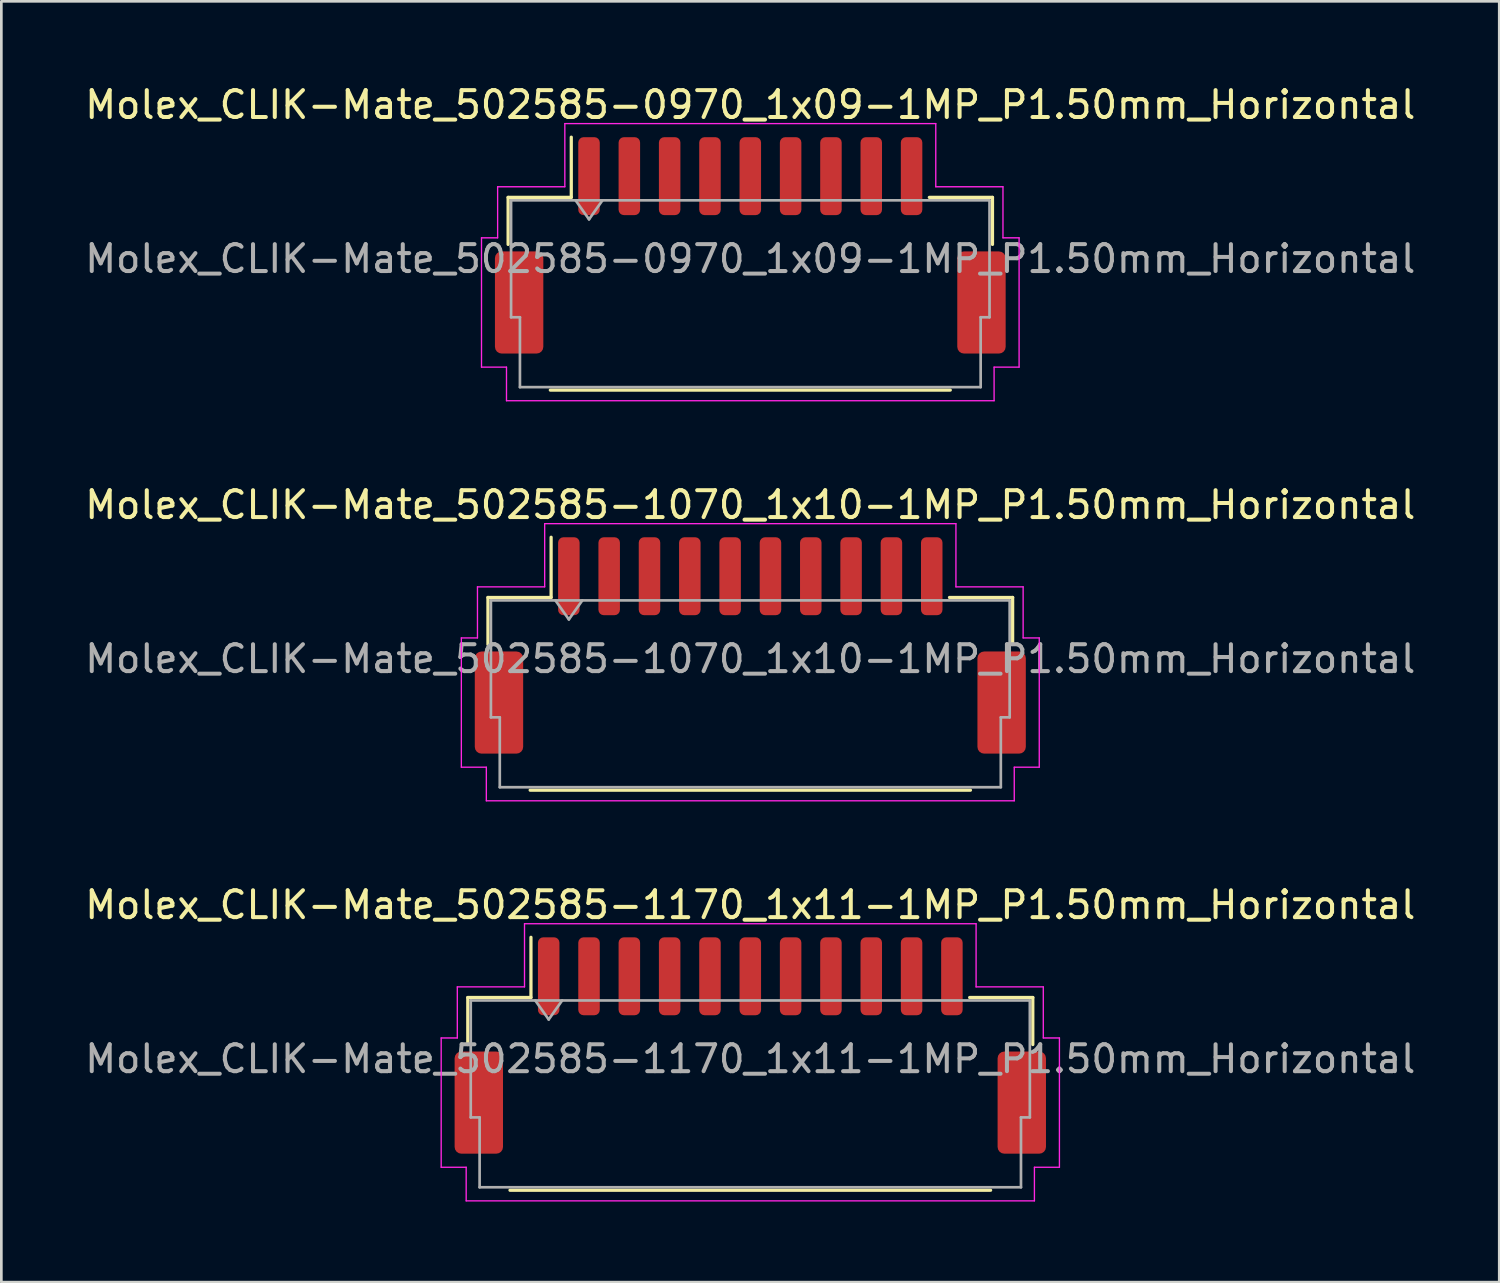
<source format=kicad_pcb>
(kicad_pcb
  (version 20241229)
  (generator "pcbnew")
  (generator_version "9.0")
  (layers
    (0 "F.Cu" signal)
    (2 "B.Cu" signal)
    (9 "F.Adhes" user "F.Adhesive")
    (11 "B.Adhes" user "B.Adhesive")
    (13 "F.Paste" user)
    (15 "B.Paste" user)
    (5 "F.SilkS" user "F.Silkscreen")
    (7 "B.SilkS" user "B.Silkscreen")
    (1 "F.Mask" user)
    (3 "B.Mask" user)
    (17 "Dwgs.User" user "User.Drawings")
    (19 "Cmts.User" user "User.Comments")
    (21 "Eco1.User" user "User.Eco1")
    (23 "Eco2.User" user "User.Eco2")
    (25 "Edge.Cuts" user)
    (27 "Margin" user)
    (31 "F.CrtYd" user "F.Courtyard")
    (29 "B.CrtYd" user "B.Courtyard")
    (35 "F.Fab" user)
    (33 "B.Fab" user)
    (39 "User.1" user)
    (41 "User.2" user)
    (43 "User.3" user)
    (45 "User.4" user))
  (footprint "Molex_CLIK-Mate_502585-1070_1x10-1MP_P1.50mm_Horizontal"
    (layer "F.Cu")
    (at 24.863 20.962)
    (property "Reference" "Molex_CLIK-Mate_502585-1070_1x10-1MP_P1.50mm_Horizontal" (at 0 -5.23 0) (layer "F.SilkS") (effects (font (size 1 1) (thickness 0.15))))
    (attr smd)
    (fp_line (start -9.76 -1.785) (end -7.41 -1.785) (stroke (width 0.12) (type solid)) (layer "F.SilkS"))
    (fp_line (start -9.76 -0.035) (end -9.76 -1.785) (stroke (width 0.12) (type solid)) (layer "F.SilkS"))
    (fp_line (start -8.19 5.385) (end 8.19 5.385) (stroke (width 0.12) (type solid)) (layer "F.SilkS"))
    (fp_line (start -7.41 -1.785) (end -7.41 -4.025) (stroke (width 0.12) (type solid)) (layer "F.SilkS"))
    (fp_line (start 9.76 -1.785) (end 7.41 -1.785) (stroke (width 0.12) (type solid)) (layer "F.SilkS"))
    (fp_line (start 9.76 -0.035) (end 9.76 -1.785) (stroke (width 0.12) (type solid)) (layer "F.SilkS"))
    (fp_line (start -10.75 -0.28) (end -10.15 -0.28) (stroke (width 0.05) (type solid)) (layer "F.CrtYd"))
    (fp_line (start -10.75 4.53) (end -10.75 -0.28) (stroke (width 0.05) (type solid)) (layer "F.CrtYd"))
    (fp_line (start -10.15 -2.18) (end -7.65 -2.18) (stroke (width 0.05) (type solid)) (layer "F.CrtYd"))
    (fp_line (start -10.15 -0.28) (end -10.15 -2.18) (stroke (width 0.05) (type solid)) (layer "F.CrtYd"))
    (fp_line (start -9.82 4.53) (end -10.75 4.53) (stroke (width 0.05) (type solid)) (layer "F.CrtYd"))
    (fp_line (start -9.82 5.78) (end -9.82 4.53) (stroke (width 0.05) (type solid)) (layer "F.CrtYd"))
    (fp_line (start -7.65 -4.53) (end 7.65 -4.53) (stroke (width 0.05) (type solid)) (layer "F.CrtYd"))
    (fp_line (start -7.65 -2.18) (end -7.65 -4.53) (stroke (width 0.05) (type solid)) (layer "F.CrtYd"))
    (fp_line (start 7.65 -4.53) (end 7.65 -2.18) (stroke (width 0.05) (type solid)) (layer "F.CrtYd"))
    (fp_line (start 7.65 -2.18) (end 10.15 -2.18) (stroke (width 0.05) (type solid)) (layer "F.CrtYd"))
    (fp_line (start 9.82 4.53) (end 9.82 5.78) (stroke (width 0.05) (type solid)) (layer "F.CrtYd"))
    (fp_line (start 9.82 5.78) (end -9.82 5.78) (stroke (width 0.05) (type solid)) (layer "F.CrtYd"))
    (fp_line (start 10.15 -2.18) (end 10.15 -0.28) (stroke (width 0.05) (type solid)) (layer "F.CrtYd"))
    (fp_line (start 10.15 -0.28) (end 10.75 -0.28) (stroke (width 0.05) (type solid)) (layer "F.CrtYd"))
    (fp_line (start 10.75 -0.28) (end 10.75 4.53) (stroke (width 0.05) (type solid)) (layer "F.CrtYd"))
    (fp_line (start 10.75 4.53) (end 9.82 4.53) (stroke (width 0.05) (type solid)) (layer "F.CrtYd"))
    (fp_line (start -9.65 -1.675) (end -9.65 2.675) (stroke (width 0.1) (type solid)) (layer "F.Fab"))
    (fp_line (start -9.65 -1.675) (end 9.65 -1.675) (stroke (width 0.1) (type solid)) (layer "F.Fab"))
    (fp_line (start -9.65 2.675) (end -9.32 2.675) (stroke (width 0.1) (type solid)) (layer "F.Fab"))
    (fp_line (start -9.32 2.675) (end -9.32 5.275) (stroke (width 0.1) (type solid)) (layer "F.Fab"))
    (fp_line (start -9.32 5.275) (end 9.32 5.275) (stroke (width 0.1) (type solid)) (layer "F.Fab"))
    (fp_line (start -7.25 -1.675) (end -6.75 -0.968) (stroke (width 0.1) (type solid)) (layer "F.Fab"))
    (fp_line (start -6.75 -0.968) (end -6.25 -1.675) (stroke (width 0.1) (type solid)) (layer "F.Fab"))
    (fp_line (start 9.32 2.675) (end 9.65 2.675) (stroke (width 0.1) (type solid)) (layer "F.Fab"))
    (fp_line (start 9.32 5.275) (end 9.32 2.675) (stroke (width 0.1) (type solid)) (layer "F.Fab"))
    (fp_line (start 9.65 -1.675) (end 9.65 2.675) (stroke (width 0.1) (type solid)) (layer "F.Fab"))
    (fp_text user "${REFERENCE}" (at 0 0.5 0) (layer "F.Fab") (effects (font (size 1 1) (thickness 0.15))))
    (pad "1" smd roundrect (at -6.75 -2.575) (size 0.8 2.9) (layers "F.Cu" "F.Mask" "F.Paste") (roundrect_rratio 0.25))
    (pad "2" smd roundrect (at -5.25 -2.575) (size 0.8 2.9) (layers "F.Cu" "F.Mask" "F.Paste") (roundrect_rratio 0.25))
    (pad "3" smd roundrect (at -3.75 -2.575) (size 0.8 2.9) (layers "F.Cu" "F.Mask" "F.Paste") (roundrect_rratio 0.25))
    (pad "4" smd roundrect (at -2.25 -2.575) (size 0.8 2.9) (layers "F.Cu" "F.Mask" "F.Paste") (roundrect_rratio 0.25))
    (pad "5" smd roundrect (at -0.75 -2.575) (size 0.8 2.9) (layers "F.Cu" "F.Mask" "F.Paste") (roundrect_rratio 0.25))
    (pad "6" smd roundrect (at 0.75 -2.575) (size 0.8 2.9) (layers "F.Cu" "F.Mask" "F.Paste") (roundrect_rratio 0.25))
    (pad "7" smd roundrect (at 2.25 -2.575) (size 0.8 2.9) (layers "F.Cu" "F.Mask" "F.Paste") (roundrect_rratio 0.25))
    (pad "8" smd roundrect (at 3.75 -2.575) (size 0.8 2.9) (layers "F.Cu" "F.Mask" "F.Paste") (roundrect_rratio 0.25))
    (pad "9" smd roundrect (at 5.25 -2.575) (size 0.8 2.9) (layers "F.Cu" "F.Mask" "F.Paste") (roundrect_rratio 0.25))
    (pad "10" smd roundrect (at 6.75 -2.575) (size 0.8 2.9) (layers "F.Cu" "F.Mask" "F.Paste") (roundrect_rratio 0.25))
    (pad "MP" smd roundrect (at -9.35 2.125) (size 1.8 3.8) (layers "F.Cu" "F.Mask" "F.Paste") (roundrect_rratio 0.139))
    (pad "MP" smd roundrect (at 9.35 2.125) (size 1.8 3.8) (layers "F.Cu" "F.Mask" "F.Paste") (roundrect_rratio 0.139)))
  (footprint "Molex_CLIK-Mate_502585-0970_1x09-1MP_P1.50mm_Horizontal"
    (layer "F.Cu")
    (at 24.863 6.078)
    (property "Reference" "Molex_CLIK-Mate_502585-0970_1x09-1MP_P1.50mm_Horizontal" (at 0 -5.23 0) (layer "F.SilkS") (effects (font (size 1 1) (thickness 0.15))))
    (attr smd)
    (fp_line (start -9.01 -1.785) (end -6.66 -1.785) (stroke (width 0.12) (type solid)) (layer "F.SilkS"))
    (fp_line (start -9.01 -0.035) (end -9.01 -1.785) (stroke (width 0.12) (type solid)) (layer "F.SilkS"))
    (fp_line (start -7.44 5.385) (end 7.44 5.385) (stroke (width 0.12) (type solid)) (layer "F.SilkS"))
    (fp_line (start -6.66 -1.785) (end -6.66 -4.025) (stroke (width 0.12) (type solid)) (layer "F.SilkS"))
    (fp_line (start 9.01 -1.785) (end 6.66 -1.785) (stroke (width 0.12) (type solid)) (layer "F.SilkS"))
    (fp_line (start 9.01 -0.035) (end 9.01 -1.785) (stroke (width 0.12) (type solid)) (layer "F.SilkS"))
    (fp_line (start -10 -0.28) (end -9.4 -0.28) (stroke (width 0.05) (type solid)) (layer "F.CrtYd"))
    (fp_line (start -10 4.53) (end -10 -0.28) (stroke (width 0.05) (type solid)) (layer "F.CrtYd"))
    (fp_line (start -9.4 -2.18) (end -6.9 -2.18) (stroke (width 0.05) (type solid)) (layer "F.CrtYd"))
    (fp_line (start -9.4 -0.28) (end -9.4 -2.18) (stroke (width 0.05) (type solid)) (layer "F.CrtYd"))
    (fp_line (start -9.07 4.53) (end -10 4.53) (stroke (width 0.05) (type solid)) (layer "F.CrtYd"))
    (fp_line (start -9.07 5.78) (end -9.07 4.53) (stroke (width 0.05) (type solid)) (layer "F.CrtYd"))
    (fp_line (start -6.9 -4.53) (end 6.9 -4.53) (stroke (width 0.05) (type solid)) (layer "F.CrtYd"))
    (fp_line (start -6.9 -2.18) (end -6.9 -4.53) (stroke (width 0.05) (type solid)) (layer "F.CrtYd"))
    (fp_line (start 6.9 -4.53) (end 6.9 -2.18) (stroke (width 0.05) (type solid)) (layer "F.CrtYd"))
    (fp_line (start 6.9 -2.18) (end 9.4 -2.18) (stroke (width 0.05) (type solid)) (layer "F.CrtYd"))
    (fp_line (start 9.07 4.53) (end 9.07 5.78) (stroke (width 0.05) (type solid)) (layer "F.CrtYd"))
    (fp_line (start 9.07 5.78) (end -9.07 5.78) (stroke (width 0.05) (type solid)) (layer "F.CrtYd"))
    (fp_line (start 9.4 -2.18) (end 9.4 -0.28) (stroke (width 0.05) (type solid)) (layer "F.CrtYd"))
    (fp_line (start 9.4 -0.28) (end 10 -0.28) (stroke (width 0.05) (type solid)) (layer "F.CrtYd"))
    (fp_line (start 10 -0.28) (end 10 4.53) (stroke (width 0.05) (type solid)) (layer "F.CrtYd"))
    (fp_line (start 10 4.53) (end 9.07 4.53) (stroke (width 0.05) (type solid)) (layer "F.CrtYd"))
    (fp_line (start -8.9 -1.675) (end -8.9 2.675) (stroke (width 0.1) (type solid)) (layer "F.Fab"))
    (fp_line (start -8.9 -1.675) (end 8.9 -1.675) (stroke (width 0.1) (type solid)) (layer "F.Fab"))
    (fp_line (start -8.9 2.675) (end -8.57 2.675) (stroke (width 0.1) (type solid)) (layer "F.Fab"))
    (fp_line (start -8.57 2.675) (end -8.57 5.275) (stroke (width 0.1) (type solid)) (layer "F.Fab"))
    (fp_line (start -8.57 5.275) (end 8.57 5.275) (stroke (width 0.1) (type solid)) (layer "F.Fab"))
    (fp_line (start -6.5 -1.675) (end -6 -0.968) (stroke (width 0.1) (type solid)) (layer "F.Fab"))
    (fp_line (start -6 -0.968) (end -5.5 -1.675) (stroke (width 0.1) (type solid)) (layer "F.Fab"))
    (fp_line (start 8.57 2.675) (end 8.9 2.675) (stroke (width 0.1) (type solid)) (layer "F.Fab"))
    (fp_line (start 8.57 5.275) (end 8.57 2.675) (stroke (width 0.1) (type solid)) (layer "F.Fab"))
    (fp_line (start 8.9 -1.675) (end 8.9 2.675) (stroke (width 0.1) (type solid)) (layer "F.Fab"))
    (fp_text user "${REFERENCE}" (at 0 0.5 0) (layer "F.Fab") (effects (font (size 1 1) (thickness 0.15))))
    (pad "1" smd roundrect (at -6 -2.575) (size 0.8 2.9) (layers "F.Cu" "F.Mask" "F.Paste") (roundrect_rratio 0.25))
    (pad "2" smd roundrect (at -4.5 -2.575) (size 0.8 2.9) (layers "F.Cu" "F.Mask" "F.Paste") (roundrect_rratio 0.25))
    (pad "3" smd roundrect (at -3 -2.575) (size 0.8 2.9) (layers "F.Cu" "F.Mask" "F.Paste") (roundrect_rratio 0.25))
    (pad "4" smd roundrect (at -1.5 -2.575) (size 0.8 2.9) (layers "F.Cu" "F.Mask" "F.Paste") (roundrect_rratio 0.25))
    (pad "5" smd roundrect (at 0 -2.575) (size 0.8 2.9) (layers "F.Cu" "F.Mask" "F.Paste") (roundrect_rratio 0.25))
    (pad "6" smd roundrect (at 1.5 -2.575) (size 0.8 2.9) (layers "F.Cu" "F.Mask" "F.Paste") (roundrect_rratio 0.25))
    (pad "7" smd roundrect (at 3 -2.575) (size 0.8 2.9) (layers "F.Cu" "F.Mask" "F.Paste") (roundrect_rratio 0.25))
    (pad "8" smd roundrect (at 4.5 -2.575) (size 0.8 2.9) (layers "F.Cu" "F.Mask" "F.Paste") (roundrect_rratio 0.25))
    (pad "9" smd roundrect (at 6 -2.575) (size 0.8 2.9) (layers "F.Cu" "F.Mask" "F.Paste") (roundrect_rratio 0.25))
    (pad "MP" smd roundrect (at -8.6 2.125) (size 1.8 3.8) (layers "F.Cu" "F.Mask" "F.Paste") (roundrect_rratio 0.139))
    (pad "MP" smd roundrect (at 8.6 2.125) (size 1.8 3.8) (layers "F.Cu" "F.Mask" "F.Paste") (roundrect_rratio 0.139)))
  (footprint "Molex_CLIK-Mate_502585-1170_1x11-1MP_P1.50mm_Horizontal"
    (layer "F.Cu")
    (at 24.863 35.845)
    (property "Reference" "Molex_CLIK-Mate_502585-1170_1x11-1MP_P1.50mm_Horizontal" (at 0 -5.23 0) (layer "F.SilkS") (effects (font (size 1 1) (thickness 0.15))))
    (attr smd)
    (fp_line (start -10.51 -1.785) (end -8.16 -1.785) (stroke (width 0.12) (type solid)) (layer "F.SilkS"))
    (fp_line (start -10.51 -0.035) (end -10.51 -1.785) (stroke (width 0.12) (type solid)) (layer "F.SilkS"))
    (fp_line (start -8.94 5.385) (end 8.94 5.385) (stroke (width 0.12) (type solid)) (layer "F.SilkS"))
    (fp_line (start -8.16 -1.785) (end -8.16 -4.025) (stroke (width 0.12) (type solid)) (layer "F.SilkS"))
    (fp_line (start 10.51 -1.785) (end 8.16 -1.785) (stroke (width 0.12) (type solid)) (layer "F.SilkS"))
    (fp_line (start 10.51 -0.035) (end 10.51 -1.785) (stroke (width 0.12) (type solid)) (layer "F.SilkS"))
    (fp_line (start -11.5 -0.28) (end -10.9 -0.28) (stroke (width 0.05) (type solid)) (layer "F.CrtYd"))
    (fp_line (start -11.5 4.53) (end -11.5 -0.28) (stroke (width 0.05) (type solid)) (layer "F.CrtYd"))
    (fp_line (start -10.9 -2.18) (end -8.4 -2.18) (stroke (width 0.05) (type solid)) (layer "F.CrtYd"))
    (fp_line (start -10.9 -0.28) (end -10.9 -2.18) (stroke (width 0.05) (type solid)) (layer "F.CrtYd"))
    (fp_line (start -10.57 4.53) (end -11.5 4.53) (stroke (width 0.05) (type solid)) (layer "F.CrtYd"))
    (fp_line (start -10.57 5.78) (end -10.57 4.53) (stroke (width 0.05) (type solid)) (layer "F.CrtYd"))
    (fp_line (start -8.4 -4.53) (end 8.4 -4.53) (stroke (width 0.05) (type solid)) (layer "F.CrtYd"))
    (fp_line (start -8.4 -2.18) (end -8.4 -4.53) (stroke (width 0.05) (type solid)) (layer "F.CrtYd"))
    (fp_line (start 8.4 -4.53) (end 8.4 -2.18) (stroke (width 0.05) (type solid)) (layer "F.CrtYd"))
    (fp_line (start 8.4 -2.18) (end 10.9 -2.18) (stroke (width 0.05) (type solid)) (layer "F.CrtYd"))
    (fp_line (start 10.57 4.53) (end 10.57 5.78) (stroke (width 0.05) (type solid)) (layer "F.CrtYd"))
    (fp_line (start 10.57 5.78) (end -10.57 5.78) (stroke (width 0.05) (type solid)) (layer "F.CrtYd"))
    (fp_line (start 10.9 -2.18) (end 10.9 -0.28) (stroke (width 0.05) (type solid)) (layer "F.CrtYd"))
    (fp_line (start 10.9 -0.28) (end 11.5 -0.28) (stroke (width 0.05) (type solid)) (layer "F.CrtYd"))
    (fp_line (start 11.5 -0.28) (end 11.5 4.53) (stroke (width 0.05) (type solid)) (layer "F.CrtYd"))
    (fp_line (start 11.5 4.53) (end 10.57 4.53) (stroke (width 0.05) (type solid)) (layer "F.CrtYd"))
    (fp_line (start -10.4 -1.675) (end -10.4 2.675) (stroke (width 0.1) (type solid)) (layer "F.Fab"))
    (fp_line (start -10.4 -1.675) (end 10.4 -1.675) (stroke (width 0.1) (type solid)) (layer "F.Fab"))
    (fp_line (start -10.4 2.675) (end -10.07 2.675) (stroke (width 0.1) (type solid)) (layer "F.Fab"))
    (fp_line (start -10.07 2.675) (end -10.07 5.275) (stroke (width 0.1) (type solid)) (layer "F.Fab"))
    (fp_line (start -10.07 5.275) (end 10.07 5.275) (stroke (width 0.1) (type solid)) (layer "F.Fab"))
    (fp_line (start -8 -1.675) (end -7.5 -0.968) (stroke (width 0.1) (type solid)) (layer "F.Fab"))
    (fp_line (start -7.5 -0.968) (end -7 -1.675) (stroke (width 0.1) (type solid)) (layer "F.Fab"))
    (fp_line (start 10.07 2.675) (end 10.4 2.675) (stroke (width 0.1) (type solid)) (layer "F.Fab"))
    (fp_line (start 10.07 5.275) (end 10.07 2.675) (stroke (width 0.1) (type solid)) (layer "F.Fab"))
    (fp_line (start 10.4 -1.675) (end 10.4 2.675) (stroke (width 0.1) (type solid)) (layer "F.Fab"))
    (fp_text user "${REFERENCE}" (at 0 0.5 0) (layer "F.Fab") (effects (font (size 1 1) (thickness 0.15))))
    (pad "1" smd roundrect (at -7.5 -2.575) (size 0.8 2.9) (layers "F.Cu" "F.Mask" "F.Paste") (roundrect_rratio 0.25))
    (pad "2" smd roundrect (at -6 -2.575) (size 0.8 2.9) (layers "F.Cu" "F.Mask" "F.Paste") (roundrect_rratio 0.25))
    (pad "3" smd roundrect (at -4.5 -2.575) (size 0.8 2.9) (layers "F.Cu" "F.Mask" "F.Paste") (roundrect_rratio 0.25))
    (pad "4" smd roundrect (at -3 -2.575) (size 0.8 2.9) (layers "F.Cu" "F.Mask" "F.Paste") (roundrect_rratio 0.25))
    (pad "5" smd roundrect (at -1.5 -2.575) (size 0.8 2.9) (layers "F.Cu" "F.Mask" "F.Paste") (roundrect_rratio 0.25))
    (pad "6" smd roundrect (at 0 -2.575) (size 0.8 2.9) (layers "F.Cu" "F.Mask" "F.Paste") (roundrect_rratio 0.25))
    (pad "7" smd roundrect (at 1.5 -2.575) (size 0.8 2.9) (layers "F.Cu" "F.Mask" "F.Paste") (roundrect_rratio 0.25))
    (pad "8" smd roundrect (at 3 -2.575) (size 0.8 2.9) (layers "F.Cu" "F.Mask" "F.Paste") (roundrect_rratio 0.25))
    (pad "9" smd roundrect (at 4.5 -2.575) (size 0.8 2.9) (layers "F.Cu" "F.Mask" "F.Paste") (roundrect_rratio 0.25))
    (pad "10" smd roundrect (at 6 -2.575) (size 0.8 2.9) (layers "F.Cu" "F.Mask" "F.Paste") (roundrect_rratio 0.25))
    (pad "11" smd roundrect (at 7.5 -2.575) (size 0.8 2.9) (layers "F.Cu" "F.Mask" "F.Paste") (roundrect_rratio 0.25))
    (pad "MP" smd roundrect (at -10.1 2.125) (size 1.8 3.8) (layers "F.Cu" "F.Mask" "F.Paste") (roundrect_rratio 0.139))
    (pad "MP" smd roundrect (at 10.1 2.125) (size 1.8 3.8) (layers "F.Cu" "F.Mask" "F.Paste") (roundrect_rratio 0.139)))
  (gr_rect
    (start -3 -3)
    (end 52.726 44.65)
    (stroke (width 0.1) (type default))
    (fill no)
    (layer "Edge.Cuts")))
</source>
